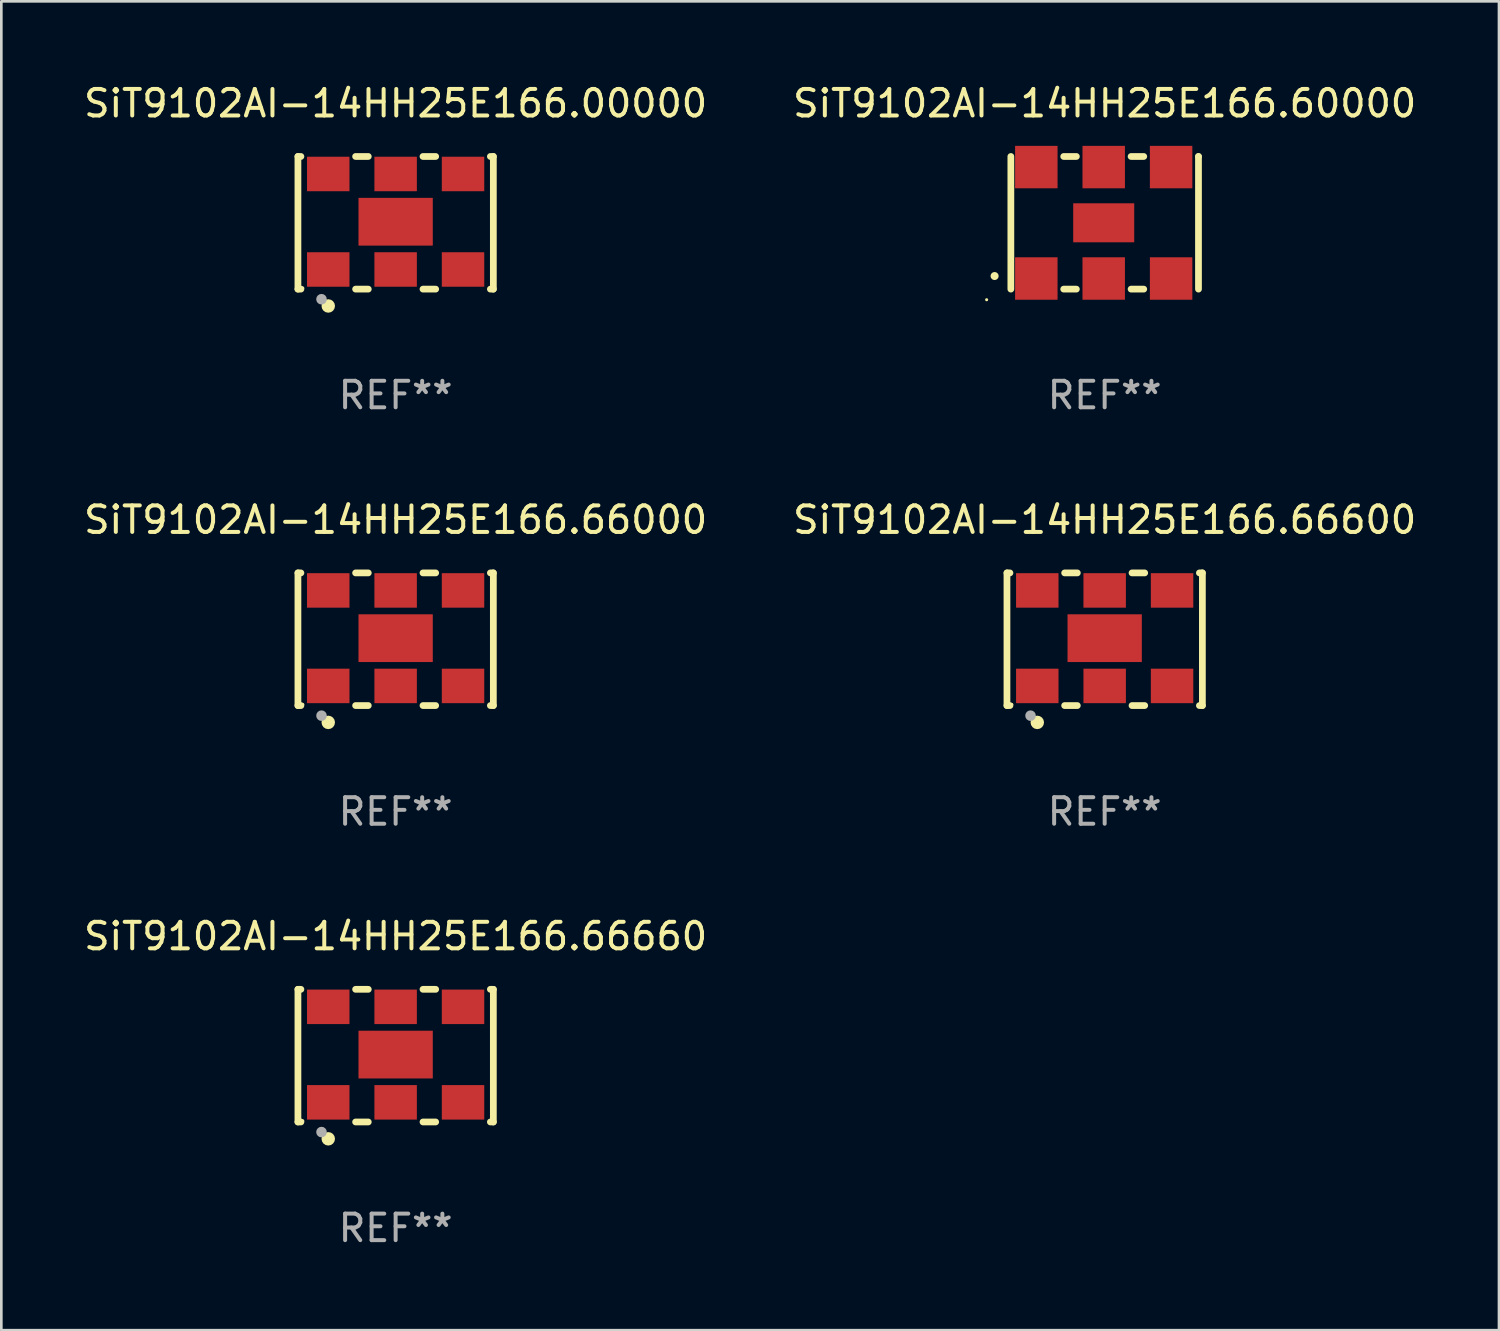
<source format=kicad_pcb>
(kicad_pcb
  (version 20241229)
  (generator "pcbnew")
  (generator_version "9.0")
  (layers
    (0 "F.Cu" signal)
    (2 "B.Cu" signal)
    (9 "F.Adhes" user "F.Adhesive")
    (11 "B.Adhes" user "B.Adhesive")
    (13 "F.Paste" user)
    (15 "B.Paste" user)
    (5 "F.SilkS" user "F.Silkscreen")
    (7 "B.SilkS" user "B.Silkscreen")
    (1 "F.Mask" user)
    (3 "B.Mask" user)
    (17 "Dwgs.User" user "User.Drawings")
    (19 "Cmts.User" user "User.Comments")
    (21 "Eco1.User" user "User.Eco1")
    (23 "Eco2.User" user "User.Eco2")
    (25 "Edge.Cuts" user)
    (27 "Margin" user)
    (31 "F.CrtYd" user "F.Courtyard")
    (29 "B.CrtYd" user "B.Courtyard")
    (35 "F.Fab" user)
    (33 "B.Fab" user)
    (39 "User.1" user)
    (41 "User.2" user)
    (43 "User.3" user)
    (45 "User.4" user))
  (footprint "SiT9102AI-14HH25E166.66000"
    (layer "F.Cu")
    (at 11.863 21.045)
    (property "Reference" "SiT9102AI-14HH25E166.66000" (at 0 -4.5 0) (layer "F.SilkS") (effects (font (size 1 1) (thickness 0.15))))
    (attr through_hole)
    (fp_line (start -3.683 -2.5) (end -3.571 -2.5) (stroke (width 0.254) (type solid)) (layer "F.SilkS"))
    (fp_line (start -3.683 2.5) (end -3.683 -2.5) (stroke (width 0.254) (type solid)) (layer "F.SilkS"))
    (fp_line (start -3.683 2.5) (end -3.571 2.5) (stroke (width 0.254) (type solid)) (layer "F.SilkS"))
    (fp_line (start -1.509 -2.5) (end -1.031 -2.5) (stroke (width 0.254) (type solid)) (layer "F.SilkS"))
    (fp_line (start -1.509 2.5) (end -1.031 2.5) (stroke (width 0.254) (type solid)) (layer "F.SilkS"))
    (fp_line (start 1.031 -2.5) (end 1.509 -2.5) (stroke (width 0.254) (type solid)) (layer "F.SilkS"))
    (fp_line (start 1.031 2.5) (end 1.509 2.5) (stroke (width 0.254) (type solid)) (layer "F.SilkS"))
    (fp_line (start 3.571 -2.5) (end 3.683 -2.5) (stroke (width 0.254) (type solid)) (layer "F.SilkS"))
    (fp_line (start 3.571 2.5) (end 3.683 2.5) (stroke (width 0.254) (type solid)) (layer "F.SilkS"))
    (fp_line (start 3.683 2.5) (end 3.683 -2.5) (stroke (width 0.254) (type solid)) (layer "F.SilkS"))
    (fp_circle (center -3.5 2.46) (end -3.47 2.46) (stroke (width 0.06) (type solid)) (fill no) (layer "F.SilkS"))
    (fp_circle (center -2.54 3.135) (end -2.413 3.135) (stroke (width 0.254) (type solid)) (fill no) (layer "F.SilkS"))
    (fp_circle (center -2.794 2.881) (end -2.694 2.881) (stroke (width 0.2) (type solid)) (fill no) (layer "F.Fab"))
    (fp_text user "REF**" (at 0 6.5 0) (layer "F.Fab") (effects (font (size 1 1) (thickness 0.15))))
    (pad "1" smd rect (at -2.54 1.76) (size 1.6 1.3) (layers "F.Cu" "F.Mask" "F.Paste"))
    (pad "2" smd rect (at 0 1.76) (size 1.6 1.3) (layers "F.Cu" "F.Mask" "F.Paste"))
    (pad "3" smd rect (at 2.54 1.76) (size 1.6 1.3) (layers "F.Cu" "F.Mask" "F.Paste"))
    (pad "4" smd rect (at 2.54 -1.84) (size 1.6 1.3) (layers "F.Cu" "F.Mask" "F.Paste"))
    (pad "5" smd rect (at 0 -1.84) (size 1.6 1.3) (layers "F.Cu" "F.Mask" "F.Paste"))
    (pad "6" smd rect (at -2.54 -1.84) (size 1.6 1.3) (layers "F.Cu" "F.Mask" "F.Paste"))
    (pad "7" smd rect (at 0 -0.04) (size 2.8 1.8) (layers "F.Cu" "F.Mask" "F.Paste")))
  (footprint "SiT9102AI-14HH25E166.66600"
    (layer "F.Cu")
    (at 38.589 21.045)
    (property "Reference" "SiT9102AI-14HH25E166.66600" (at 0 -4.5 0) (layer "F.SilkS") (effects (font (size 1 1) (thickness 0.15))))
    (attr through_hole)
    (fp_line (start -3.683 -2.5) (end -3.571 -2.5) (stroke (width 0.254) (type solid)) (layer "F.SilkS"))
    (fp_line (start -3.683 2.5) (end -3.683 -2.5) (stroke (width 0.254) (type solid)) (layer "F.SilkS"))
    (fp_line (start -3.683 2.5) (end -3.571 2.5) (stroke (width 0.254) (type solid)) (layer "F.SilkS"))
    (fp_line (start -1.509 -2.5) (end -1.031 -2.5) (stroke (width 0.254) (type solid)) (layer "F.SilkS"))
    (fp_line (start -1.509 2.5) (end -1.031 2.5) (stroke (width 0.254) (type solid)) (layer "F.SilkS"))
    (fp_line (start 1.031 -2.5) (end 1.509 -2.5) (stroke (width 0.254) (type solid)) (layer "F.SilkS"))
    (fp_line (start 1.031 2.5) (end 1.509 2.5) (stroke (width 0.254) (type solid)) (layer "F.SilkS"))
    (fp_line (start 3.571 -2.5) (end 3.683 -2.5) (stroke (width 0.254) (type solid)) (layer "F.SilkS"))
    (fp_line (start 3.571 2.5) (end 3.683 2.5) (stroke (width 0.254) (type solid)) (layer "F.SilkS"))
    (fp_line (start 3.683 2.5) (end 3.683 -2.5) (stroke (width 0.254) (type solid)) (layer "F.SilkS"))
    (fp_circle (center -3.5 2.46) (end -3.47 2.46) (stroke (width 0.06) (type solid)) (fill no) (layer "F.SilkS"))
    (fp_circle (center -2.54 3.135) (end -2.413 3.135) (stroke (width 0.254) (type solid)) (fill no) (layer "F.SilkS"))
    (fp_circle (center -2.794 2.881) (end -2.694 2.881) (stroke (width 0.2) (type solid)) (fill no) (layer "F.Fab"))
    (fp_text user "REF**" (at 0 6.5 0) (layer "F.Fab") (effects (font (size 1 1) (thickness 0.15))))
    (pad "1" smd rect (at -2.54 1.76) (size 1.6 1.3) (layers "F.Cu" "F.Mask" "F.Paste"))
    (pad "2" smd rect (at 0 1.76) (size 1.6 1.3) (layers "F.Cu" "F.Mask" "F.Paste"))
    (pad "3" smd rect (at 2.54 1.76) (size 1.6 1.3) (layers "F.Cu" "F.Mask" "F.Paste"))
    (pad "4" smd rect (at 2.54 -1.84) (size 1.6 1.3) (layers "F.Cu" "F.Mask" "F.Paste"))
    (pad "5" smd rect (at 0 -1.84) (size 1.6 1.3) (layers "F.Cu" "F.Mask" "F.Paste"))
    (pad "6" smd rect (at -2.54 -1.84) (size 1.6 1.3) (layers "F.Cu" "F.Mask" "F.Paste"))
    (pad "7" smd rect (at 0 -0.04) (size 2.8 1.8) (layers "F.Cu" "F.Mask" "F.Paste")))
  (footprint "SiT9102AI-14HH25E166.66660"
    (layer "F.Cu")
    (at 11.863 36.741)
    (property "Reference" "SiT9102AI-14HH25E166.66660" (at 0 -4.5 0) (layer "F.SilkS") (effects (font (size 1 1) (thickness 0.15))))
    (attr through_hole)
    (fp_line (start -3.683 -2.5) (end -3.571 -2.5) (stroke (width 0.254) (type solid)) (layer "F.SilkS"))
    (fp_line (start -3.683 2.5) (end -3.683 -2.5) (stroke (width 0.254) (type solid)) (layer "F.SilkS"))
    (fp_line (start -3.683 2.5) (end -3.571 2.5) (stroke (width 0.254) (type solid)) (layer "F.SilkS"))
    (fp_line (start -1.509 -2.5) (end -1.031 -2.5) (stroke (width 0.254) (type solid)) (layer "F.SilkS"))
    (fp_line (start -1.509 2.5) (end -1.031 2.5) (stroke (width 0.254) (type solid)) (layer "F.SilkS"))
    (fp_line (start 1.031 -2.5) (end 1.509 -2.5) (stroke (width 0.254) (type solid)) (layer "F.SilkS"))
    (fp_line (start 1.031 2.5) (end 1.509 2.5) (stroke (width 0.254) (type solid)) (layer "F.SilkS"))
    (fp_line (start 3.571 -2.5) (end 3.683 -2.5) (stroke (width 0.254) (type solid)) (layer "F.SilkS"))
    (fp_line (start 3.571 2.5) (end 3.683 2.5) (stroke (width 0.254) (type solid)) (layer "F.SilkS"))
    (fp_line (start 3.683 2.5) (end 3.683 -2.5) (stroke (width 0.254) (type solid)) (layer "F.SilkS"))
    (fp_circle (center -3.5 2.46) (end -3.47 2.46) (stroke (width 0.06) (type solid)) (fill no) (layer "F.SilkS"))
    (fp_circle (center -2.54 3.135) (end -2.413 3.135) (stroke (width 0.254) (type solid)) (fill no) (layer "F.SilkS"))
    (fp_circle (center -2.794 2.881) (end -2.694 2.881) (stroke (width 0.2) (type solid)) (fill no) (layer "F.Fab"))
    (fp_text user "REF**" (at 0 6.5 0) (layer "F.Fab") (effects (font (size 1 1) (thickness 0.15))))
    (pad "1" smd rect (at -2.54 1.76) (size 1.6 1.3) (layers "F.Cu" "F.Mask" "F.Paste"))
    (pad "2" smd rect (at 0 1.76) (size 1.6 1.3) (layers "F.Cu" "F.Mask" "F.Paste"))
    (pad "3" smd rect (at 2.54 1.76) (size 1.6 1.3) (layers "F.Cu" "F.Mask" "F.Paste"))
    (pad "4" smd rect (at 2.54 -1.84) (size 1.6 1.3) (layers "F.Cu" "F.Mask" "F.Paste"))
    (pad "5" smd rect (at 0 -1.84) (size 1.6 1.3) (layers "F.Cu" "F.Mask" "F.Paste"))
    (pad "6" smd rect (at -2.54 -1.84) (size 1.6 1.3) (layers "F.Cu" "F.Mask" "F.Paste"))
    (pad "7" smd rect (at 0 -0.04) (size 2.8 1.8) (layers "F.Cu" "F.Mask" "F.Paste")))
  (footprint "SiT9102AI-14HH25E166.60000"
    (layer "F.Cu")
    (at 38.589 5.348)
    (property "Reference" "SiT9102AI-14HH25E166.60000" (at 0 -4.5 0) (layer "F.SilkS") (effects (font (size 1 1) (thickness 0.15))))
    (attr through_hole)
    (fp_line (start -3.536 -2.5) (end -3.536 2.5) (stroke (width 0.254) (type solid)) (layer "F.SilkS"))
    (fp_line (start -1.544 2.5) (end -1.067 2.5) (stroke (width 0.254) (type solid)) (layer "F.SilkS"))
    (fp_line (start -1.067 -2.5) (end -1.544 -2.5) (stroke (width 0.254) (type solid)) (layer "F.SilkS"))
    (fp_line (start 0.996 2.5) (end 1.473 2.5) (stroke (width 0.254) (type solid)) (layer "F.SilkS"))
    (fp_line (start 1.473 -2.5) (end 0.996 -2.5) (stroke (width 0.254) (type solid)) (layer "F.SilkS"))
    (fp_line (start 3.536 -2.5) (end 3.536 -2.5) (stroke (width 0.254) (type solid)) (layer "F.SilkS"))
    (fp_line (start 3.536 2.5) (end 3.536 -2.5) (stroke (width 0.254) (type solid)) (layer "F.SilkS"))
    (fp_arc (start -4.150432 2.006604) (mid -4.149162 2.006599) (end -4.147892 2.006604) (stroke (width 0.3) (type solid)) (layer "F.SilkS"))
    (fp_circle (center -4.449 2.9) (end -4.419 2.9) (stroke (width 0.06) (type solid)) (fill no) (layer "F.SilkS"))
    (fp_text user "REF**" (at 0 6.5 0) (layer "F.Fab") (effects (font (size 1 1) (thickness 0.15))))
    (pad "1" smd rect (at -2.576 2.1) (size 1.6 1.6) (layers "F.Cu" "F.Mask" "F.Paste"))
    (pad "2" smd rect (at -0.036 2.1) (size 1.6 1.6) (layers "F.Cu" "F.Mask" "F.Paste"))
    (pad "3" smd rect (at 2.504 2.1) (size 1.6 1.6) (layers "F.Cu" "F.Mask" "F.Paste"))
    (pad "4" smd rect (at 2.504 -2.1) (size 1.6 1.6) (layers "F.Cu" "F.Mask" "F.Paste"))
    (pad "5" smd rect (at -0.036 -2.1) (size 1.6 1.6) (layers "F.Cu" "F.Mask" "F.Paste"))
    (pad "6" smd rect (at -2.576 -2.1) (size 1.6 1.6) (layers "F.Cu" "F.Mask" "F.Paste"))
    (pad "7" smd rect (at -0.036 0) (size 2.3 1.47) (layers "F.Cu" "F.Mask" "F.Paste")))
  (footprint "SiT9102AI-14HH25E166.00000"
    (layer "F.Cu")
    (at 11.863 5.348)
    (property "Reference" "SiT9102AI-14HH25E166.00000" (at 0 -4.5 0) (layer "F.SilkS") (effects (font (size 1 1) (thickness 0.15))))
    (attr through_hole)
    (fp_line (start -3.683 -2.5) (end -3.571 -2.5) (stroke (width 0.254) (type solid)) (layer "F.SilkS"))
    (fp_line (start -3.683 2.5) (end -3.683 -2.5) (stroke (width 0.254) (type solid)) (layer "F.SilkS"))
    (fp_line (start -3.683 2.5) (end -3.571 2.5) (stroke (width 0.254) (type solid)) (layer "F.SilkS"))
    (fp_line (start -1.509 -2.5) (end -1.031 -2.5) (stroke (width 0.254) (type solid)) (layer "F.SilkS"))
    (fp_line (start -1.509 2.5) (end -1.031 2.5) (stroke (width 0.254) (type solid)) (layer "F.SilkS"))
    (fp_line (start 1.031 -2.5) (end 1.509 -2.5) (stroke (width 0.254) (type solid)) (layer "F.SilkS"))
    (fp_line (start 1.031 2.5) (end 1.509 2.5) (stroke (width 0.254) (type solid)) (layer "F.SilkS"))
    (fp_line (start 3.571 -2.5) (end 3.683 -2.5) (stroke (width 0.254) (type solid)) (layer "F.SilkS"))
    (fp_line (start 3.571 2.5) (end 3.683 2.5) (stroke (width 0.254) (type solid)) (layer "F.SilkS"))
    (fp_line (start 3.683 2.5) (end 3.683 -2.5) (stroke (width 0.254) (type solid)) (layer "F.SilkS"))
    (fp_circle (center -3.5 2.46) (end -3.47 2.46) (stroke (width 0.06) (type solid)) (fill no) (layer "F.SilkS"))
    (fp_circle (center -2.54 3.135) (end -2.413 3.135) (stroke (width 0.254) (type solid)) (fill no) (layer "F.SilkS"))
    (fp_circle (center -2.794 2.881) (end -2.694 2.881) (stroke (width 0.2) (type solid)) (fill no) (layer "F.Fab"))
    (fp_text user "REF**" (at 0 6.5 0) (layer "F.Fab") (effects (font (size 1 1) (thickness 0.15))))
    (pad "1" smd rect (at -2.54 1.76) (size 1.6 1.3) (layers "F.Cu" "F.Mask" "F.Paste"))
    (pad "2" smd rect (at 0 1.76) (size 1.6 1.3) (layers "F.Cu" "F.Mask" "F.Paste"))
    (pad "3" smd rect (at 2.54 1.76) (size 1.6 1.3) (layers "F.Cu" "F.Mask" "F.Paste"))
    (pad "4" smd rect (at 2.54 -1.84) (size 1.6 1.3) (layers "F.Cu" "F.Mask" "F.Paste"))
    (pad "5" smd rect (at 0 -1.84) (size 1.6 1.3) (layers "F.Cu" "F.Mask" "F.Paste"))
    (pad "6" smd rect (at -2.54 -1.84) (size 1.6 1.3) (layers "F.Cu" "F.Mask" "F.Paste"))
    (pad "7" smd rect (at 0 -0.04) (size 2.8 1.8) (layers "F.Cu" "F.Mask" "F.Paste")))
  (gr_rect
    (start -3 -3)
    (end 53.452 47.09)
    (stroke (width 0.1) (type default))
    (fill no)
    (layer "Edge.Cuts")))
</source>
